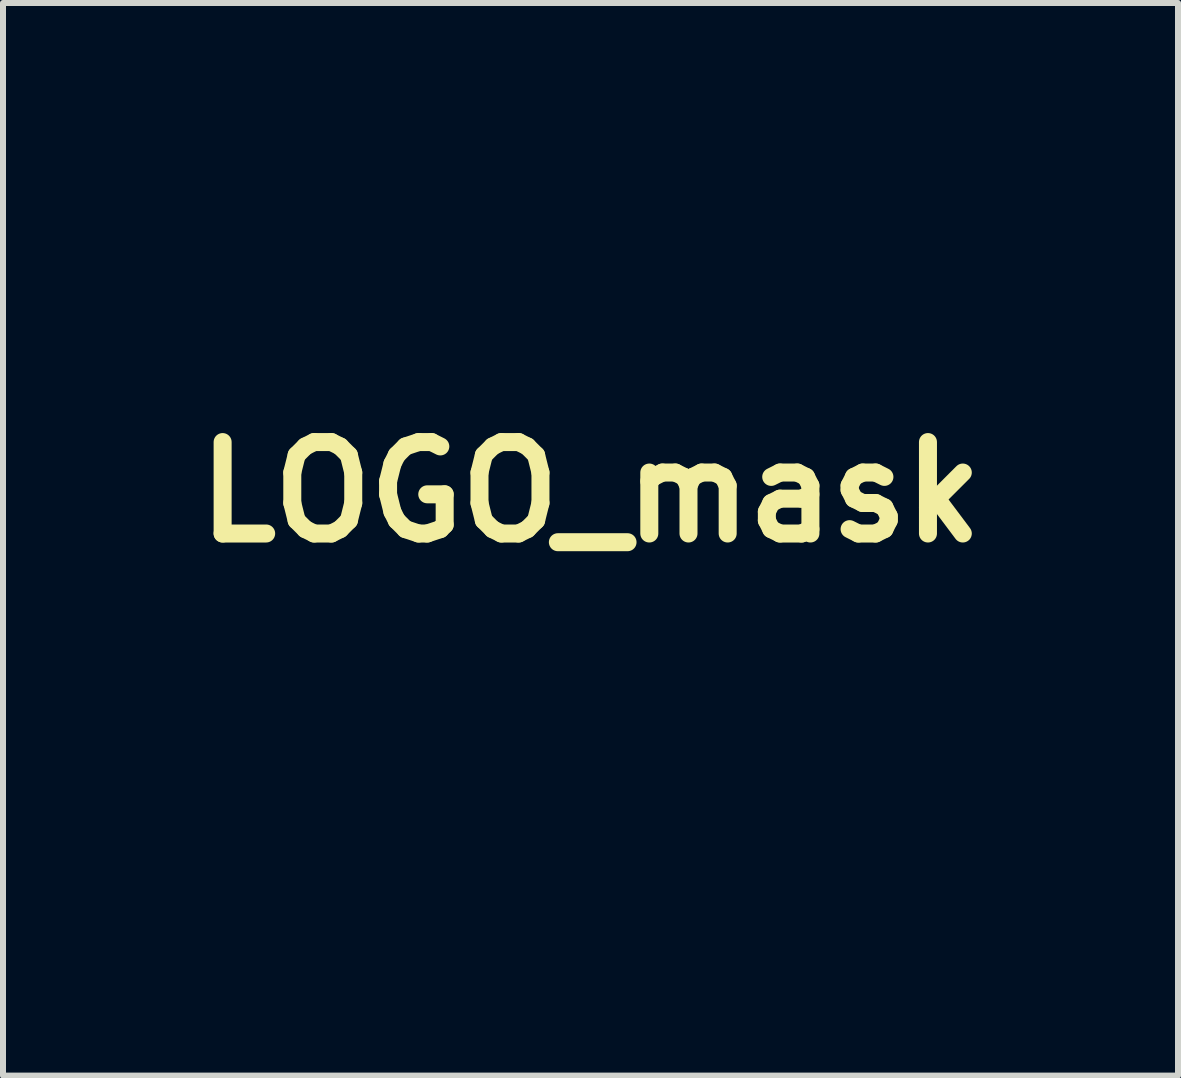
<source format=kicad_pcb>
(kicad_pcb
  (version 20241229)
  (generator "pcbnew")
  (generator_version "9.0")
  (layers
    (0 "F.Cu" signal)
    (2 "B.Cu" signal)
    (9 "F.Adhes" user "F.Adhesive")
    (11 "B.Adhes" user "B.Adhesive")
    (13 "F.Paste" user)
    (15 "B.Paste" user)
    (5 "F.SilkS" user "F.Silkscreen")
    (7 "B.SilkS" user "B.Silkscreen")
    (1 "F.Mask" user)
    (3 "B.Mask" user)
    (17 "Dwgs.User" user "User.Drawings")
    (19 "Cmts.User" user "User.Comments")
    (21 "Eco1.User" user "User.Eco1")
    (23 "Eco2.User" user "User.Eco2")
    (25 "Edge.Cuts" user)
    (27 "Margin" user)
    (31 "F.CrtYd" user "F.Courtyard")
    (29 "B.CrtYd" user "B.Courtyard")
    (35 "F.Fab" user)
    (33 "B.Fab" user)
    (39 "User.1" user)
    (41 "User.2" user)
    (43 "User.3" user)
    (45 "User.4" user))
  (footprint "LOGO_mask"
    (layer "F.Cu")
    (at 6.793 5.153)
    (property "Reference" "LOGO_mask" (at 0 0 0) (layer "F.SilkS") (effects (font (size 1.524 1.524) (thickness 0.3))))
    (attr through_hole)
    (fp_poly (pts (xy -1.448 -0.216) (xy -1.46 -0.203) (xy -1.473 -0.216) (xy -1.46 -0.229) (xy -1.448 -0.216)) (stroke (width 0.01) (type solid)) (fill yes) (layer "F.Mask"))
    (fp_poly (pts (xy -1.346 -0.216) (xy -1.359 -0.203) (xy -1.372 -0.216) (xy -1.359 -0.229) (xy -1.346 -0.216)) (stroke (width 0.01) (type solid)) (fill yes) (layer "F.Mask"))
    (fp_poly (pts (xy -1.016 -4.915) (xy -1.029 -4.902) (xy -1.041 -4.915) (xy -1.029 -4.928) (xy -1.016 -4.915)) (stroke (width 0.01) (type solid)) (fill yes) (layer "F.Mask"))
    (fp_poly (pts (xy -0.965 -5.067) (xy -0.978 -5.055) (xy -0.991 -5.067) (xy -0.978 -5.08) (xy -0.965 -5.067)) (stroke (width 0.01) (type solid)) (fill yes) (layer "F.Mask"))
    (fp_poly (pts (xy -0.838 -5.118) (xy -0.851 -5.105) (xy -0.864 -5.118) (xy -0.851 -5.131) (xy -0.838 -5.118)) (stroke (width 0.01) (type solid)) (fill yes) (layer "F.Mask"))
    (fp_poly (pts (xy -0.076 1.613) (xy -0.089 1.626) (xy -0.102 1.613) (xy -0.089 1.6) (xy -0.076 1.613)) (stroke (width 0.01) (type solid)) (fill yes) (layer "F.Mask"))
    (fp_poly (pts (xy 0.025 0.927) (xy 0.013 0.94) (xy 0 0.927) (xy 0.013 0.914) (xy 0.025 0.927)) (stroke (width 0.01) (type solid)) (fill yes) (layer "F.Mask"))
    (fp_poly (pts (xy 0.178 0.267) (xy 0.165 0.279) (xy 0.152 0.267) (xy 0.165 0.254) (xy 0.178 0.267)) (stroke (width 0.01) (type solid)) (fill yes) (layer "F.Mask"))
    (fp_poly (pts (xy 0.229 0.064) (xy 0.216 0.076) (xy 0.203 0.064) (xy 0.216 0.051) (xy 0.229 0.064)) (stroke (width 0.01) (type solid)) (fill yes) (layer "F.Mask"))
    (fp_poly (pts (xy -2.371 -3.319) (xy -2.368 -3.289) (xy -2.371 -3.285) (xy -2.386 -3.289) (xy -2.388 -3.302) (xy -2.378 -3.323) (xy -2.371 -3.319)) (stroke (width 0.01) (type solid)) (fill yes) (layer "F.Mask"))
    (fp_poly (pts (xy -0.72 0.44) (xy -0.717 0.47) (xy -0.72 0.474) (xy -0.735 0.471) (xy -0.737 0.457) (xy -0.727 0.436) (xy -0.72 0.44)) (stroke (width 0.01) (type solid)) (fill yes) (layer "F.Mask"))
    (fp_poly (pts (xy 0.068 1.101) (xy 0.064 1.116) (xy 0.051 1.118) (xy 0.03 1.108) (xy 0.034 1.101) (xy 0.064 1.098) (xy 0.068 1.101)) (stroke (width 0.01) (type solid)) (fill yes) (layer "F.Mask"))
    (fp_poly (pts (xy 1.124 -0.271) (xy 1.127 -0.262) (xy 1.092 -0.258) (xy 1.056 -0.262) (xy 1.06 -0.271) (xy 1.112 -0.274) (xy 1.124 -0.271)) (stroke (width 0.01) (type solid)) (fill yes) (layer "F.Mask"))
    (fp_poly (pts (xy -1.002 -5.114) (xy -1.006 -5.094) (xy -1.027 -5.058) (xy -1.04 -5.064) (xy -1.041 -5.079) (xy -1.023 -5.113) (xy -1.016 -5.118) (xy -1.002 -5.114)) (stroke (width 0.01) (type solid)) (fill yes) (layer "F.Mask"))
    (fp_poly (pts (xy -0.909 -5.136) (xy -0.89 -5.102) (xy -0.908 -5.092) (xy -0.94 -5.105) (xy -0.962 -5.133) (xy -0.958 -5.147) (xy -0.927 -5.148) (xy -0.909 -5.136)) (stroke (width 0.01) (type solid)) (fill yes) (layer "F.Mask"))
    (fp_poly (pts (xy 0.095 0.199) (xy 0.102 0.229) (xy 0.086 0.27) (xy 0.064 0.279) (xy 0.032 0.258) (xy 0.025 0.229) (xy 0.041 0.187) (xy 0.064 0.178) (xy 0.095 0.199)) (stroke (width 0.01) (type solid)) (fill yes) (layer "F.Mask"))
    (fp_poly (pts (xy 0.33 0.035) (xy 0.312 0.058) (xy 0.305 0.064) (xy 0.281 0.07) (xy 0.279 0.066) (xy 0.297 0.043) (xy 0.305 0.038) (xy 0.329 0.032) (xy 0.33 0.035)) (stroke (width 0.01) (type solid)) (fill yes) (layer "F.Mask"))
    (fp_poly (pts (xy 1.944 1.06) (xy 1.94 1.079) (xy 1.922 1.113) (xy 1.915 1.118) (xy 1.906 1.097) (xy 1.905 1.079) (xy 1.918 1.046) (xy 1.93 1.041) (xy 1.944 1.06)) (stroke (width 0.01) (type solid)) (fill yes) (layer "F.Mask"))
    (fp_poly (pts (xy 1.334 -0.385) (xy 1.335 -0.385) (xy 1.385 -0.369) (xy 1.39 -0.356) (xy 1.354 -0.334) (xy 1.353 -0.334) (xy 1.31 -0.316) (xy 1.296 -0.329) (xy 1.295 -0.342) (xy 1.28 -0.376) (xy 1.266 -0.381) (xy 1.246 -0.388) (xy 1.248 -0.393) (xy 1.278 -0.395) (xy 1.334 -0.385)) (stroke (width 0.01) (type solid)) (fill yes) (layer "F.Mask"))
    (fp_poly (pts (xy 1.295 1.997) (xy 1.288 2.042) (xy 1.244 2.116) (xy 1.162 2.218) (xy 1.083 2.303) (xy 0.994 2.396) (xy 0.933 2.456) (xy 0.893 2.489) (xy 0.869 2.498) (xy 0.853 2.488) (xy 0.84 2.468) (xy 0.83 2.441) (xy 0.833 2.412) (xy 0.854 2.375) (xy 0.899 2.321) (xy 0.973 2.243) (xy 1.019 2.196) (xy 1.104 2.112) (xy 1.178 2.043) (xy 1.234 1.997) (xy 1.262 1.981) (xy 1.295 1.997)) (stroke (width 0.01) (type solid)) (fill yes) (layer "F.Mask"))
    (fp_poly (pts (xy -1.957 2.007) (xy -1.893 2.053) (xy -1.8 2.14) (xy -1.798 2.142) (xy -1.699 2.244) (xy -1.63 2.316) (xy -1.587 2.366) (xy -1.565 2.4) (xy -1.559 2.424) (xy -1.563 2.445) (xy -1.564 2.447) (xy -1.585 2.483) (xy -1.615 2.48) (xy -1.663 2.438) (xy -1.669 2.432) (xy -1.748 2.349) (xy -1.827 2.26) (xy -1.901 2.175) (xy -1.96 2.103) (xy -1.997 2.052) (xy -2.007 2.034) (xy -1.994 2) (xy -1.957 2.007)) (stroke (width 0.01) (type solid)) (fill yes) (layer "F.Mask"))
    (fp_poly (pts (xy 0.138 2.904) (xy 0.189 2.92) (xy 0.242 2.941) (xy 0.276 2.961) (xy 0.279 2.966) (xy 0.271 2.995) (xy 0.246 3.066) (xy 0.207 3.176) (xy 0.155 3.318) (xy 0.093 3.488) (xy 0.021 3.682) (xy -0.058 3.894) (xy -0.112 4.038) (xy -0.249 4.405) (xy -0.177 4.457) (xy -0.125 4.493) (xy -0.048 4.547) (xy 0.047 4.613) (xy 0.149 4.683) (xy 0.249 4.752) (xy 0.337 4.812) (xy 0.403 4.857) (xy 0.437 4.88) (xy 0.438 4.881) (xy 0.44 4.908) (xy 0.42 4.956) (xy 0.387 5.007) (xy 0.353 5.045) (xy 0.333 5.055) (xy 0.307 5.041) (xy 0.246 5.003) (xy 0.157 4.944) (xy 0.046 4.87) (xy -0.08 4.785) (xy -0.098 4.773) (xy -0.252 4.666) (xy -0.366 4.583) (xy -0.441 4.523) (xy -0.48 4.483) (xy -0.486 4.462) (xy -0.486 4.462) (xy -0.47 4.43) (xy -0.44 4.358) (xy -0.398 4.254) (xy -0.349 4.126) (xy -0.295 3.982) (xy -0.293 3.975) (xy -0.186 3.685) (xy -0.094 3.44) (xy -0.02 3.24) (xy 0.039 3.086) (xy 0.08 2.978) (xy 0.104 2.917) (xy 0.111 2.903) (xy 0.138 2.904)) (stroke (width 0.01) (type solid)) (fill yes) (layer "F.Mask"))
    (fp_poly (pts (xy -2.423 -3.258) (xy -2.417 -3.241) (xy -2.387 -3.208) (xy -2.335 -3.2) (xy -2.282 -3.194) (xy -2.263 -3.164) (xy -2.261 -3.124) (xy -2.249 -3.064) (xy -2.223 -3.048) (xy -2.201 -3.037) (xy -2.189 -2.998) (xy -2.185 -2.92) (xy -2.184 -2.883) (xy -2.183 -2.794) (xy -2.176 -2.744) (xy -2.16 -2.722) (xy -2.134 -2.718) (xy -2.108 -2.713) (xy -2.092 -2.693) (xy -2.085 -2.646) (xy -2.083 -2.562) (xy -2.083 -2.527) (xy -2.083 -2.337) (xy -2.21 -2.337) (xy -2.285 -2.335) (xy -2.323 -2.324) (xy -2.336 -2.299) (xy -2.337 -2.273) (xy -2.324 -2.222) (xy -2.299 -2.21) (xy -2.272 -2.193) (xy -2.261 -2.137) (xy -2.261 -2.11) (xy -2.266 -2.035) (xy -2.285 -2) (xy -2.326 -1.997) (xy -2.339 -1.999) (xy -2.371 -2.032) (xy -2.379 -2.089) (xy -2.388 -2.147) (xy -2.408 -2.178) (xy -2.409 -2.179) (xy -2.436 -2.209) (xy -2.438 -2.222) (xy -2.46 -2.254) (xy -2.489 -2.268) (xy -2.531 -2.301) (xy -2.54 -2.347) (xy -2.553 -2.4) (xy -2.578 -2.413) (xy -2.607 -2.433) (xy -2.616 -2.496) (xy -2.616 -2.499) (xy -2.625 -2.564) (xy -2.656 -2.595) (xy -2.667 -2.598) (xy -2.692 -2.609) (xy -2.707 -2.634) (xy -2.715 -2.683) (xy -2.718 -2.767) (xy -2.718 -2.83) (xy -2.717 -2.935) (xy -2.714 -2.999) (xy -2.704 -3.033) (xy -2.685 -3.046) (xy -2.655 -3.048) (xy -2.654 -3.048) (xy -2.618 -3.044) (xy -2.599 -3.025) (xy -2.592 -2.978) (xy -2.591 -2.909) (xy -2.589 -2.829) (xy -2.58 -2.791) (xy -2.561 -2.783) (xy -2.551 -2.786) (xy -2.528 -2.805) (xy -2.518 -2.848) (xy -2.517 -2.926) (xy -2.519 -2.963) (xy -2.521 -3.052) (xy -2.516 -3.1) (xy -2.501 -3.114) (xy -2.493 -3.112) (xy -2.447 -3.109) (xy -2.435 -3.114) (xy -2.426 -3.14) (xy -2.446 -3.17) (xy -2.48 -3.187) (xy -2.498 -3.183) (xy -2.504 -3.187) (xy -2.481 -3.219) (xy -2.477 -3.224) (xy -2.44 -3.26) (xy -2.423 -3.258)) (stroke (width 0.01) (type solid)) (fill yes) (layer "F.Mask"))
    (fp_poly (pts (xy -2.423 -1.018) (xy -2.416 -0.958) (xy -2.415 -0.883) (xy -2.418 -0.805) (xy -2.425 -0.766) (xy -2.435 -0.771) (xy -2.45 -0.798) (xy -2.467 -0.786) (xy -2.484 -0.751) (xy -2.509 -0.692) (xy -2.51 -0.667) (xy -2.487 -0.661) (xy -2.479 -0.66) (xy -2.438 -0.68) (xy -2.43 -0.692) (xy -2.42 -0.692) (xy -2.412 -0.651) (xy -2.411 -0.635) (xy -2.408 -0.533) (xy -2.417 -0.468) (xy -2.441 -0.428) (xy -2.448 -0.422) (xy -2.476 -0.383) (xy -2.51 -0.314) (xy -2.529 -0.267) (xy -2.572 -0.162) (xy -2.615 -0.091) (xy -2.652 -0.057) (xy -2.679 -0.064) (xy -2.693 -0.114) (xy -2.694 -0.133) (xy -2.699 -0.178) (xy -2.707 -0.183) (xy -2.709 -0.178) (xy -2.73 -0.118) (xy -2.736 -0.102) (xy -2.75 -0.042) (xy -2.752 0.01) (xy -2.744 0.045) (xy -2.729 0.05) (xy -2.709 0.019) (xy -2.692 0.003) (xy -2.669 0.025) (xy -2.656 0.069) (xy -2.647 0.146) (xy -2.643 0.245) (xy -2.642 0.352) (xy -2.646 0.453) (xy -2.653 0.537) (xy -2.665 0.59) (xy -2.672 0.6) (xy -2.704 0.6) (xy -2.712 0.589) (xy -2.734 0.561) (xy -2.74 0.559) (xy -2.753 0.58) (xy -2.752 0.634) (xy -2.741 0.701) (xy -2.722 0.762) (xy -2.696 0.826) (xy -2.694 0.754) (xy -2.684 0.701) (xy -2.654 0.69) (xy -2.651 0.69) (xy -2.622 0.701) (xy -2.598 0.726) (xy -2.572 0.776) (xy -2.538 0.862) (xy -2.528 0.889) (xy -2.488 0.986) (xy -2.443 1.085) (xy -2.433 1.107) (xy -2.402 1.179) (xy -2.397 1.228) (xy -2.411 1.265) (xy -2.441 1.308) (xy -2.462 1.321) (xy -2.476 1.339) (xy -2.467 1.381) (xy -2.444 1.427) (xy -2.423 1.45) (xy -2.395 1.465) (xy -2.388 1.438) (xy -2.373 1.401) (xy -2.336 1.399) (xy -2.286 1.429) (xy -2.234 1.487) (xy -2.226 1.498) (xy -2.187 1.56) (xy -2.163 1.602) (xy -2.159 1.611) (xy -2.146 1.638) (xy -2.114 1.693) (xy -2.083 1.744) (xy -2.04 1.819) (xy -2.013 1.884) (xy -2.007 1.912) (xy -2.021 1.948) (xy -2.057 1.948) (xy -2.105 1.915) (xy -2.145 1.866) (xy -2.194 1.812) (xy -2.25 1.793) (xy -2.28 1.793) (xy -2.336 1.79) (xy -2.362 1.777) (xy -2.362 1.775) (xy -2.34 1.759) (xy -2.287 1.753) (xy -2.286 1.753) (xy -2.233 1.749) (xy -2.216 1.731) (xy -2.234 1.693) (xy -2.288 1.627) (xy -2.289 1.626) (xy -2.332 1.579) (xy -2.358 1.559) (xy -2.361 1.562) (xy -2.36 1.624) (xy -2.389 1.647) (xy -2.426 1.645) (xy -2.474 1.644) (xy -2.486 1.67) (xy -2.463 1.725) (xy -2.413 1.799) (xy -2.369 1.863) (xy -2.342 1.91) (xy -2.337 1.925) (xy -2.319 1.954) (xy -2.284 1.989) (xy -2.245 2.041) (xy -2.253 2.081) (xy -2.307 2.104) (xy -2.307 2.104) (xy -2.361 2.092) (xy -2.38 2.066) (xy -2.402 2.021) (xy -2.413 2.007) (xy -2.444 1.972) (xy -2.488 1.908) (xy -2.538 1.829) (xy -2.586 1.748) (xy -2.623 1.679) (xy -2.641 1.635) (xy -2.641 1.63) (xy -2.636 1.587) (xy -2.515 1.587) (xy -2.502 1.6) (xy -2.489 1.587) (xy -2.502 1.575) (xy -2.515 1.587) (xy -2.636 1.587) (xy -2.63 1.548) (xy -2.613 1.511) (xy -2.54 1.511) (xy -2.527 1.524) (xy -2.515 1.511) (xy -2.527 1.499) (xy -2.54 1.511) (xy -2.613 1.511) (xy -2.604 1.492) (xy -2.571 1.473) (xy -2.548 1.468) (xy -2.56 1.444) (xy -2.577 1.424) (xy -2.631 1.388) (xy -2.696 1.389) (xy -2.768 1.385) (xy -2.819 1.338) (xy -2.83 1.308) (xy -2.667 1.308) (xy -2.654 1.321) (xy -2.642 1.308) (xy -2.654 1.295) (xy -2.667 1.308) (xy -2.83 1.308) (xy -2.853 1.245) (xy -2.857 1.226) (xy -2.88 1.164) (xy -2.912 1.143) (xy -2.94 1.127) (xy -2.939 1.111) (xy -2.941 1.069) (xy -2.959 1.003) (xy -2.966 0.983) (xy -2.989 0.905) (xy -2.984 0.845) (xy -2.976 0.824) (xy -2.939 0.77) (xy -2.904 0.766) (xy -2.872 0.81) (xy -2.845 0.901) (xy -2.845 0.902) (xy -2.819 0.994) (xy -2.791 1.037) (xy -2.777 1.041) (xy -2.752 1.054) (xy -2.752 1.1) (xy -2.755 1.114) (xy -2.755 1.185) (xy -2.732 1.218) (xy -2.701 1.237) (xy -2.692 1.216) (xy -2.692 1.21) (xy -2.681 1.174) (xy -2.67 1.168) (xy -2.649 1.146) (xy -2.647 1.138) (xy -2.616 1.138) (xy -2.602 1.168) (xy -2.574 1.2) (xy -2.549 1.211) (xy -2.547 1.21) (xy -2.548 1.182) (xy -2.555 1.159) (xy -2.579 1.126) (xy -2.606 1.118) (xy -2.616 1.138) (xy -2.647 1.138) (xy -2.636 1.091) (xy -2.632 1.021) (xy -2.638 0.954) (xy -2.648 0.923) (xy -2.67 0.88) (xy -2.683 0.881) (xy -2.697 0.912) (xy -2.732 0.955) (xy -2.765 0.965) (xy -2.799 0.952) (xy -2.823 0.904) (xy -2.833 0.857) (xy -2.847 0.781) (xy -2.855 0.722) (xy -2.856 0.711) (xy -2.878 0.644) (xy -2.937 0.613) (xy -2.971 0.61) (xy -3.024 0.601) (xy -3.051 0.566) (xy -3.062 0.527) (xy -3.071 0.463) (xy -3.076 0.371) (xy -3.077 0.299) (xy -2.96 0.299) (xy -2.954 0.377) (xy -2.941 0.456) (xy -2.925 0.521) (xy -2.908 0.556) (xy -2.902 0.559) (xy -2.898 0.538) (xy -2.903 0.508) (xy -2.897 0.458) (xy -2.862 0.426) (xy -2.817 0.425) (xy -2.798 0.438) (xy -2.782 0.442) (xy -2.773 0.409) (xy -2.771 0.333) (xy -2.772 0.304) (xy -2.775 0.228) (xy -2.78 0.185) (xy -2.786 0.183) (xy -2.786 0.184) (xy -2.81 0.224) (xy -2.849 0.216) (xy -2.879 0.191) (xy -2.916 0.159) (xy -2.937 0.164) (xy -2.952 0.211) (xy -2.957 0.24) (xy -2.96 0.299) (xy -3.077 0.299) (xy -3.077 0.268) (xy -3.076 0.167) (xy -3.071 0.083) (xy -3.063 0.032) (xy -3.06 0.024) (xy -3.026 0.006) (xy -2.983 0) (xy -2.937 0.01) (xy -2.921 0.05) (xy -2.919 0.07) (xy -2.918 0.14) (xy -2.892 0.076) (xy -2.874 0.016) (xy -2.854 -0.072) (xy -2.842 -0.14) (xy -2.828 -0.226) (xy -2.815 -0.293) (xy -2.808 -0.322) (xy -2.78 -0.344) (xy -2.739 -0.335) (xy -2.703 -0.305) (xy -2.691 -0.27) (xy -2.681 -0.258) (xy -2.658 -0.288) (xy -2.625 -0.352) (xy -2.584 -0.444) (xy -2.55 -0.532) (xy -2.528 -0.601) (xy -2.528 -0.626) (xy -2.551 -0.607) (xy -2.576 -0.571) (xy -2.611 -0.527) (xy -2.64 -0.524) (xy -2.658 -0.536) (xy -2.684 -0.584) (xy -2.684 -0.614) (xy -2.677 -0.654) (xy -2.69 -0.65) (xy -2.724 -0.603) (xy -2.739 -0.578) (xy -2.772 -0.509) (xy -2.807 -0.414) (xy -2.833 -0.324) (xy -2.864 -0.221) (xy -2.895 -0.166) (xy -2.929 -0.156) (xy -2.97 -0.188) (xy -2.973 -0.192) (xy -2.987 -0.233) (xy -2.978 -0.302) (xy -2.947 -0.404) (xy -2.892 -0.542) (xy -2.848 -0.64) (xy -2.818 -0.699) (xy -2.667 -0.699) (xy -2.654 -0.686) (xy -2.642 -0.699) (xy -2.654 -0.711) (xy -2.667 -0.699) (xy -2.818 -0.699) (xy -2.804 -0.726) (xy -2.767 -0.771) (xy -2.729 -0.786) (xy -2.726 -0.786) (xy -2.674 -0.777) (xy -2.654 -0.762) (xy -2.63 -0.739) (xy -2.602 -0.752) (xy -2.567 -0.805) (xy -2.525 -0.889) (xy -2.487 -0.966) (xy -2.454 -1.021) (xy -2.434 -1.041) (xy -2.423 -1.018)) (stroke (width 0.01) (type solid)) (fill yes) (layer "F.Mask"))
    (fp_poly (pts (xy -0.688 -5.079) (xy -0.622 -5.065) (xy -0.573 -5.046) (xy -0.559 -5.029) (xy -0.536 -5.016) (xy -0.478 -5.001) (xy -0.432 -4.994) (xy -0.352 -4.977) (xy -0.314 -4.956) (xy -0.311 -4.946) (xy -0.293 -4.923) (xy -0.232 -4.915) (xy -0.229 -4.915) (xy -0.168 -4.922) (xy -0.14 -4.942) (xy -0.14 -4.945) (xy -0.134 -4.974) (xy -0.109 -4.99) (xy -0.058 -4.992) (xy 0.03 -4.981) (xy 0.091 -4.971) (xy 0.197 -4.951) (xy 0.263 -4.931) (xy 0.3 -4.908) (xy 0.317 -4.882) (xy 0.364 -4.834) (xy 0.441 -4.809) (xy 0.531 -4.811) (xy 0.585 -4.827) (xy 0.642 -4.844) (xy 0.677 -4.844) (xy 0.678 -4.843) (xy 0.669 -4.823) (xy 0.632 -4.803) (xy 0.594 -4.786) (xy 0.599 -4.779) (xy 0.651 -4.777) (xy 0.717 -4.787) (xy 0.746 -4.813) (xy 0.762 -4.813) (xy 0.775 -4.801) (xy 0.787 -4.813) (xy 0.775 -4.826) (xy 0.762 -4.813) (xy 0.746 -4.813) (xy 0.746 -4.813) (xy 0.78 -4.843) (xy 0.818 -4.849) (xy 0.851 -4.844) (xy 0.845 -4.835) (xy 0.815 -4.807) (xy 0.831 -4.776) (xy 0.852 -4.766) (xy 0.879 -4.763) (xy 0.878 -4.772) (xy 0.891 -4.773) (xy 0.938 -4.754) (xy 1.01 -4.721) (xy 1.095 -4.679) (xy 1.185 -4.632) (xy 1.268 -4.587) (xy 1.335 -4.547) (xy 1.372 -4.522) (xy 1.435 -4.472) (xy 1.365 -4.471) (xy 1.31 -4.458) (xy 1.295 -4.432) (xy 1.317 -4.401) (xy 1.346 -4.394) (xy 1.383 -4.382) (xy 1.396 -4.338) (xy 1.397 -4.318) (xy 1.405 -4.263) (xy 1.434 -4.243) (xy 1.451 -4.242) (xy 1.489 -4.231) (xy 1.489 -4.201) (xy 1.494 -4.163) (xy 1.524 -4.148) (xy 1.546 -4.138) (xy 1.56 -4.119) (xy 1.569 -4.079) (xy 1.573 -4.011) (xy 1.575 -3.906) (xy 1.575 -3.832) (xy 1.576 -3.702) (xy 1.579 -3.614) (xy 1.587 -3.561) (xy 1.598 -3.536) (xy 1.613 -3.531) (xy 1.632 -3.523) (xy 1.641 -3.492) (xy 1.643 -3.43) (xy 1.639 -3.327) (xy 1.634 -3.227) (xy 1.634 -3.166) (xy 1.643 -3.136) (xy 1.661 -3.125) (xy 1.68 -3.124) (xy 1.718 -3.135) (xy 1.717 -3.164) (xy 1.717 -3.193) (xy 1.756 -3.196) (xy 1.759 -3.196) (xy 1.787 -3.188) (xy 1.805 -3.168) (xy 1.815 -3.124) (xy 1.821 -3.046) (xy 1.824 -2.978) (xy 1.828 -2.875) (xy 1.826 -2.813) (xy 1.817 -2.781) (xy 1.799 -2.77) (xy 1.78 -2.769) (xy 1.738 -2.758) (xy 1.727 -2.743) (xy 1.744 -2.719) (xy 1.749 -2.718) (xy 1.757 -2.696) (xy 1.75 -2.642) (xy 1.744 -2.616) (xy 1.715 -2.543) (xy 1.678 -2.515) (xy 1.671 -2.515) (xy 1.636 -2.501) (xy 1.632 -2.484) (xy 1.617 -2.454) (xy 1.595 -2.445) (xy 1.57 -2.445) (xy 1.56 -2.469) (xy 1.563 -2.526) (xy 1.567 -2.564) (xy 1.572 -2.645) (xy 1.561 -2.686) (xy 1.53 -2.693) (xy 1.505 -2.686) (xy 1.494 -2.679) (xy 1.486 -2.661) (xy 1.482 -2.62) (xy 1.479 -2.547) (xy 1.477 -2.483) (xy 1.471 -2.396) (xy 1.458 -2.35) (xy 1.435 -2.337) (xy 1.435 -2.337) (xy 1.414 -2.326) (xy 1.402 -2.286) (xy 1.397 -2.209) (xy 1.397 -2.172) (xy 1.396 -2.083) (xy 1.389 -2.033) (xy 1.373 -2.011) (xy 1.344 -2.007) (xy 1.344 -2.007) (xy 1.316 -2.003) (xy 1.301 -1.984) (xy 1.296 -1.939) (xy 1.299 -1.857) (xy 1.3 -1.832) (xy 1.302 -1.737) (xy 1.297 -1.684) (xy 1.283 -1.668) (xy 1.276 -1.67) (xy 1.256 -1.661) (xy 1.246 -1.61) (xy 1.245 -1.562) (xy 1.241 -1.486) (xy 1.225 -1.447) (xy 1.194 -1.43) (xy 1.157 -1.405) (xy 1.143 -1.349) (xy 1.143 -1.331) (xy 1.137 -1.271) (xy 1.114 -1.247) (xy 1.089 -1.245) (xy 1.051 -1.233) (xy 1.051 -1.206) (xy 1.055 -1.149) (xy 1.032 -1.105) (xy 1.001 -1.092) (xy 0.974 -1.069) (xy 0.965 -1.003) (xy 0.973 -0.938) (xy 1 -0.915) (xy 1.003 -0.914) (xy 1.032 -0.934) (xy 1.041 -0.997) (xy 1.041 -1) (xy 1.05 -1.066) (xy 1.081 -1.096) (xy 1.092 -1.1) (xy 1.134 -1.133) (xy 1.143 -1.179) (xy 1.154 -1.23) (xy 1.193 -1.245) (xy 1.194 -1.245) (xy 1.215 -1.242) (xy 1.23 -1.229) (xy 1.239 -1.201) (xy 1.244 -1.15) (xy 1.244 -1.07) (xy 1.24 -0.955) (xy 1.232 -0.798) (xy 1.228 -0.715) (xy 1.22 -0.583) (xy 1.211 -0.493) (xy 1.201 -0.438) (xy 1.188 -0.411) (xy 1.171 -0.404) (xy 1.161 -0.397) (xy 1.194 -0.384) (xy 1.248 -0.362) (xy 1.253 -0.342) (xy 1.211 -0.324) (xy 1.125 -0.31) (xy 1.054 -0.304) (xy 0.962 -0.297) (xy 0.911 -0.288) (xy 0.906 -0.279) (xy 0.914 -0.276) (xy 0.978 -0.261) (xy 0.912 -0.257) (xy 0.783 -0.234) (xy 0.639 -0.183) (xy 0.5 -0.11) (xy 0.468 -0.089) (xy 0.386 -0.038) (xy 0.308 -0.002) (xy 0.263 0.011) (xy 0.209 0.019) (xy 0.184 0.026) (xy 0.157 0.034) (xy 0.146 0.036) (xy 0.121 0.06) (xy 0.118 0.083) (xy 0.101 0.12) (xy 0.073 0.127) (xy 0.033 0.108) (xy 0.025 0.076) (xy 0.023 0.056) (xy 0.01 0.042) (xy -0.021 0.034) (xy -0.078 0.03) (xy -0.169 0.029) (xy -0.302 0.031) (xy -0.324 0.031) (xy -0.673 0.036) (xy -0.339 0.044) (xy -0.204 0.048) (xy -0.111 0.052) (xy -0.052 0.059) (xy -0.018 0.069) (xy -0.002 0.085) (xy 0.005 0.108) (xy 0.006 0.111) (xy 0.006 0.183) (xy -0.003 0.225) (xy -0.011 0.267) (xy -0.001 0.279) (xy 0.01 0.303) (xy 0.018 0.365) (xy 0.022 0.455) (xy 0.023 0.489) (xy 0.026 0.593) (xy 0.035 0.668) (xy 0.047 0.705) (xy 0.05 0.707) (xy 0.072 0.736) (xy 0.076 0.766) (xy 0.063 0.804) (xy 0.019 0.808) (xy -0.009 0.807) (xy -0.027 0.82) (xy -0.037 0.856) (xy -0.042 0.927) (xy -0.045 1.01) (xy -0.046 1.122) (xy -0.04 1.194) (xy -0.027 1.219) (xy -0.026 1.219) (xy -0.003 1.199) (xy 0 1.181) (xy 0.02 1.147) (xy 0.038 1.143) (xy 0.07 1.16) (xy 0.072 1.195) (xy 0.044 1.226) (xy 0.038 1.228) (xy 0.004 1.262) (xy 0 1.282) (xy -0.022 1.313) (xy -0.064 1.321) (xy -0.103 1.326) (xy -0.121 1.349) (xy -0.127 1.405) (xy -0.127 1.434) (xy -0.133 1.514) (xy -0.156 1.559) (xy -0.176 1.574) (xy -0.216 1.617) (xy -0.233 1.67) (xy -0.248 1.72) (xy -0.287 1.743) (xy -0.324 1.748) (xy -0.379 1.749) (xy -0.402 1.73) (xy -0.406 1.675) (xy -0.406 1.667) (xy -0.401 1.606) (xy -0.377 1.578) (xy -0.324 1.567) (xy -0.289 1.56) (xy -0.303 1.558) (xy -0.356 1.558) (xy -0.47 1.561) (xy -0.478 1.441) (xy -0.486 1.366) (xy -0.503 1.33) (xy -0.532 1.321) (xy -0.575 1.304) (xy -0.599 1.266) (xy -0.594 1.229) (xy -0.374 1.229) (xy -0.367 1.241) (xy -0.341 1.243) (xy -0.314 1.236) (xy -0.325 1.227) (xy -0.365 1.224) (xy -0.374 1.229) (xy -0.594 1.229) (xy -0.594 1.228) (xy -0.584 1.219) (xy -0.57 1.184) (xy -0.563 1.107) (xy -0.564 1.001) (xy -0.572 0.8) (xy -0.654 0.792) (xy -0.706 0.776) (xy -0.736 0.749) (xy -0.737 0.724) (xy -0.701 0.711) (xy -0.699 0.711) (xy -0.679 0.702) (xy -0.676 0.692) (xy -0.551 0.692) (xy -0.533 0.7) (xy -0.527 0.702) (xy -0.49 0.738) (xy -0.481 0.796) (xy -0.479 0.865) (xy -0.478 0.961) (xy -0.476 1.041) (xy -0.474 1.206) (xy -0.465 1.054) (xy -0.144 1.054) (xy -0.143 1.126) (xy -0.14 1.159) (xy -0.135 1.147) (xy -0.134 1.136) (xy -0.13 1.046) (xy -0.134 0.961) (xy -0.134 0.958) (xy -0.139 0.941) (xy -0.142 0.968) (xy -0.144 1.034) (xy -0.144 1.054) (xy -0.465 1.054) (xy -0.464 1.048) (xy -0.456 0.965) (xy -0.444 0.908) (xy -0.431 0.889) (xy -0.418 0.87) (xy -0.422 0.852) (xy -0.42 0.83) (xy -0.386 0.817) (xy -0.312 0.809) (xy -0.288 0.808) (xy -0.203 0.801) (xy -0.157 0.789) (xy -0.138 0.766) (xy -0.135 0.749) (xy -0.134 0.721) (xy -0.143 0.741) (xy -0.165 0.767) (xy -0.218 0.783) (xy -0.305 0.792) (xy -0.39 0.795) (xy -0.436 0.789) (xy -0.457 0.771) (xy -0.463 0.75) (xy -0.491 0.705) (xy -0.508 0.699) (xy -0.076 0.699) (xy -0.064 0.711) (xy -0.051 0.699) (xy -0.064 0.686) (xy -0.076 0.699) (xy -0.508 0.699) (xy -0.521 0.694) (xy -0.551 0.692) (xy -0.676 0.692) (xy -0.667 0.667) (xy -0.662 0.597) (xy -0.66 0.51) (xy -0.659 0.411) (xy -0.657 0.329) (xy -0.653 0.28) (xy -0.652 0.275) (xy -0.65 0.255) (xy -0.654 0.26) (xy -0.686 0.278) (xy -0.697 0.279) (xy -0.721 0.255) (xy -0.739 0.19) (xy -0.743 0.16) (xy -0.747 0.14) (xy -0.66 0.14) (xy -0.648 0.152) (xy -0.635 0.14) (xy -0.648 0.127) (xy -0.66 0.14) (xy -0.747 0.14) (xy -0.752 0.114) (xy -0.584 0.114) (xy -0.572 0.127) (xy -0.559 0.114) (xy -0.051 0.114) (xy -0.038 0.127) (xy -0.025 0.114) (xy -0.038 0.102) (xy -0.051 0.114) (xy -0.559 0.114) (xy -0.572 0.102) (xy -0.584 0.114) (xy -0.752 0.114) (xy -0.757 0.089) (xy -0.66 0.089) (xy -0.648 0.102) (xy -0.635 0.089) (xy -0.648 0.076) (xy -0.66 0.089) (xy -0.757 0.089) (xy -0.757 0.087) (xy -0.775 0.04) (xy -0.785 0.03) (xy -0.81 0.001) (xy -0.812 -0.013) (xy -0.584 -0.013) (xy -0.572 0) (xy -0.559 -0.013) (xy -0.572 -0.025) (xy -0.584 -0.013) (xy -0.812 -0.013) (xy -0.813 -0.015) (xy -0.834 -0.043) (xy -0.87 -0.051) (xy -0.935 -0.062) (xy -0.937 -0.064) (xy -0.686 -0.064) (xy -0.673 -0.051) (xy -0.66 -0.064) (xy -0.673 -0.076) (xy -0.686 -0.064) (xy -0.937 -0.064) (xy -0.977 -0.088) (xy -0.977 -0.089) (xy -0.762 -0.089) (xy -0.749 -0.076) (xy -0.737 -0.089) (xy -0.749 -0.102) (xy -0.762 -0.089) (xy -0.977 -0.089) (xy -0.982 -0.12) (xy -0.981 -0.122) (xy -0.996 -0.138) (xy -1.055 -0.153) (xy -1.143 -0.165) (xy -1.231 -0.177) (xy -1.294 -0.191) (xy -1.321 -0.204) (xy -1.321 -0.205) (xy -1.298 -0.217) (xy -1.237 -0.228) (xy -1.151 -0.236) (xy -1.149 -0.236) (xy -1.12 -0.238) (xy -0.951 -0.238) (xy -0.942 -0.232) (xy -0.92 -0.191) (xy -0.923 -0.166) (xy -0.926 -0.138) (xy -0.915 -0.14) (xy -0.762 -0.14) (xy -0.749 -0.127) (xy -0.737 -0.14) (xy -0.749 -0.152) (xy -0.762 -0.14) (xy -0.915 -0.14) (xy -0.914 -0.14) (xy -0.891 -0.176) (xy -0.889 -0.192) (xy -0.871 -0.223) (xy -0.836 -0.226) (xy -0.807 -0.2) (xy -0.806 -0.197) (xy -0.798 -0.187) (xy -0.798 -0.203) (xy -0.824 -0.234) (xy -0.889 -0.248) (xy -0.944 -0.249) (xy -0.951 -0.238) (xy -1.12 -0.238) (xy -1.105 -0.24) (xy -1.11 -0.243) (xy -1.159 -0.245) (xy -1.25 -0.247) (xy -1.283 -0.247) (xy -1.413 -0.249) (xy -1.5 -0.252) (xy -1.553 -0.259) (xy -1.578 -0.271) (xy -1.584 -0.287) (xy -1.584 -0.289) (xy -1.585 -0.292) (xy -1.397 -0.292) (xy -1.384 -0.279) (xy -1.372 -0.292) (xy -1.346 -0.292) (xy -1.333 -0.279) (xy -1.321 -0.292) (xy -0.914 -0.292) (xy -0.902 -0.279) (xy -0.889 -0.292) (xy -0.902 -0.305) (xy -0.914 -0.292) (xy -1.321 -0.292) (xy -1.333 -0.305) (xy -1.346 -0.292) (xy -1.372 -0.292) (xy -1.384 -0.305) (xy -1.397 -0.292) (xy -1.585 -0.292) (xy -1.592 -0.317) (xy -1.603 -0.316) (xy -1.64 -0.314) (xy -1.658 -0.319) (xy -0.999 -0.319) (xy -0.998 -0.293) (xy -0.977 -0.296) (xy -0.944 -0.321) (xy -0.94 -0.333) (xy -0.954 -0.355) (xy -0.982 -0.345) (xy -0.999 -0.319) (xy -1.658 -0.319) (xy -1.702 -0.329) (xy -1.719 -0.335) (xy -1.777 -0.356) (xy -1.092 -0.356) (xy -1.083 -0.335) (xy -1.075 -0.339) (xy -1.072 -0.369) (xy -1.075 -0.373) (xy -1.09 -0.369) (xy -1.092 -0.356) (xy -1.777 -0.356) (xy -1.813 -0.368) (xy -1.7 -0.384) (xy -1.587 -0.399) (xy -1.693 -0.403) (xy -1.798 -0.406) (xy -1.815 -0.527) (xy -1.821 -0.589) (xy -1.827 -0.692) (xy -1.833 -0.826) (xy -1.839 -0.982) (xy -1.844 -1.15) (xy -1.845 -1.194) (xy -1.85 -1.381) (xy -1.856 -1.524) (xy -1.862 -1.627) (xy -1.87 -1.697) (xy -1.88 -1.739) (xy -1.892 -1.759) (xy -1.894 -1.76) (xy -1.914 -1.788) (xy -1.917 -1.8) (xy -1.829 -1.8) (xy -1.808 -1.781) (xy -1.791 -1.778) (xy -1.769 -1.767) (xy -1.757 -1.727) (xy -1.753 -1.649) (xy -1.753 -1.615) (xy -1.747 -1.509) (xy -1.732 -1.452) (xy -1.721 -1.441) (xy -1.705 -1.459) (xy -1.692 -1.513) (xy -1.683 -1.589) (xy -1.678 -1.674) (xy -1.679 -1.752) (xy -1.686 -1.811) (xy -1.695 -1.832) (xy -1.731 -1.842) (xy -1.782 -1.835) (xy -1.821 -1.815) (xy -1.829 -1.8) (xy -1.917 -1.8) (xy -1.926 -1.848) (xy -1.93 -1.948) (xy -1.93 -1.982) (xy -1.931 -2.083) (xy -1.936 -2.144) (xy -1.948 -2.174) (xy -1.968 -2.184) (xy -1.981 -2.184) (xy -2.012 -2.191) (xy -2.027 -2.219) (xy -2.032 -2.282) (xy -2.032 -2.311) (xy -2.029 -2.388) (xy -2.018 -2.426) (xy -1.993 -2.438) (xy -1.981 -2.438) (xy -1.96 -2.441) (xy -1.945 -2.456) (xy -1.937 -2.491) (xy -1.932 -2.554) (xy -1.931 -2.653) (xy -1.93 -2.743) (xy -1.931 -2.874) (xy -1.935 -2.962) (xy -1.941 -3.015) (xy -1.953 -3.041) (xy -1.969 -3.048) (xy -1.97 -3.048) (xy -2.028 -3.069) (xy -2.072 -3.12) (xy -2.083 -3.16) (xy -2.104 -3.193) (xy -2.134 -3.2) (xy -2.175 -3.215) (xy -2.184 -3.237) (xy -2.205 -3.272) (xy -2.227 -3.281) (xy -2.255 -3.3) (xy -2.271 -3.352) (xy -2.276 -3.416) (xy -2.281 -3.506) (xy -2.289 -3.622) (xy -2.299 -3.74) (xy -2.3 -3.749) (xy -2.308 -3.852) (xy -2.308 -3.922) (xy -2.296 -3.975) (xy -2.269 -4.029) (xy -2.23 -4.092) (xy -2.164 -4.188) (xy -2.084 -4.294) (xy -2.023 -4.367) (xy -1.965 -4.437) (xy -1.923 -4.492) (xy -1.905 -4.52) (xy -1.905 -4.521) (xy -1.885 -4.542) (xy -1.836 -4.575) (xy -1.822 -4.584) (xy -1.752 -4.629) (xy -1.67 -4.689) (xy -1.637 -4.715) (xy 0.737 -4.715) (xy 0.756 -4.679) (xy 0.775 -4.674) (xy 0.809 -4.679) (xy 0.813 -4.683) (xy 0.796 -4.705) (xy 0.775 -4.724) (xy 0.745 -4.742) (xy 0.737 -4.719) (xy 0.737 -4.715) (xy -1.637 -4.715) (xy -1.636 -4.716) (xy -1.556 -4.771) (xy -1.483 -4.796) (xy -1.419 -4.801) (xy -1.317 -4.814) (xy -1.216 -4.847) (xy -1.206 -4.852) (xy -1.105 -4.903) (xy -1.088 -4.846) (xy -1.076 -4.811) (xy -1.075 -4.813) (xy -1.041 -4.813) (xy -1.029 -4.801) (xy -1.016 -4.813) (xy -1.029 -4.826) (xy -1.041 -4.813) (xy -1.075 -4.813) (xy -1.07 -4.825) (xy -1.069 -4.834) (xy -1.056 -4.865) (xy -1.039 -4.862) (xy -1.003 -4.864) (xy -0.99 -4.878) (xy -0.952 -4.899) (xy -0.885 -4.908) (xy -0.872 -4.908) (xy -0.812 -4.907) (xy -0.796 -4.915) (xy -0.816 -4.936) (xy -0.821 -4.939) (xy -0.849 -4.973) (xy -0.839 -4.99) (xy -0.823 -5.02) (xy -0.826 -5.029) (xy -0.819 -5.058) (xy -0.797 -5.075) (xy -0.753 -5.083) (xy -0.688 -5.079)) (stroke (width 0.01) (type solid)) (fill yes) (layer "F.Mask"))
    (fp_poly (pts (xy 1.81 -0.841) (xy 1.851 -0.784) (xy 1.891 -0.708) (xy 1.937 -0.608) (xy 1.954 -0.545) (xy 1.94 -0.512) (xy 1.894 -0.503) (xy 1.86 -0.506) (xy 1.847 -0.492) (xy 1.858 -0.442) (xy 1.882 -0.376) (xy 1.914 -0.29) (xy 1.94 -0.216) (xy 1.949 -0.184) (xy 1.968 -0.133) (xy 1.984 -0.112) (xy 2.002 -0.118) (xy 2.006 -0.151) (xy 1.996 -0.194) (xy 1.98 -0.22) (xy 1.97 -0.255) (xy 1.994 -0.289) (xy 2.046 -0.326) (xy 2.08 -0.317) (xy 2.09 -0.298) (xy 2.094 -0.297) (xy 2.09 -0.336) (xy 2.089 -0.343) (xy 2.071 -0.407) (xy 2.034 -0.492) (xy 2.002 -0.555) (xy 1.955 -0.655) (xy 1.943 -0.721) (xy 1.967 -0.755) (xy 2.005 -0.762) (xy 2.04 -0.748) (xy 2.078 -0.701) (xy 2.124 -0.613) (xy 2.133 -0.595) (xy 2.17 -0.51) (xy 2.198 -0.443) (xy 2.21 -0.407) (xy 2.21 -0.405) (xy 2.22 -0.37) (xy 2.245 -0.309) (xy 2.254 -0.291) (xy 2.28 -0.231) (xy 2.281 -0.197) (xy 2.255 -0.168) (xy 2.235 -0.152) (xy 2.186 -0.123) (xy 2.153 -0.118) (xy 2.153 -0.118) (xy 2.144 -0.104) (xy 2.145 -0.053) (xy 2.149 -0.021) (xy 2.163 0.056) (xy 2.175 0.097) (xy 2.183 0.096) (xy 2.184 0.068) (xy 2.204 0.036) (xy 2.251 0.025) (xy 2.303 0.037) (xy 2.335 0.061) (xy 2.35 0.108) (xy 2.357 0.203) (xy 2.357 0.342) (xy 2.357 0.347) (xy 2.349 0.597) (xy 2.276 0.605) (xy 2.214 0.601) (xy 2.181 0.58) (xy 2.164 0.562) (xy 2.159 0.587) (xy 2.154 0.641) (xy 2.143 0.708) (xy 2.136 0.762) (xy 2.149 0.778) (xy 2.165 0.774) (xy 2.212 0.779) (xy 2.258 0.816) (xy 2.284 0.869) (xy 2.285 0.884) (xy 2.27 0.939) (xy 2.25 0.973) (xy 2.227 1.029) (xy 2.227 1.064) (xy 2.22 1.11) (xy 2.201 1.125) (xy 2.171 1.158) (xy 2.147 1.22) (xy 2.145 1.232) (xy 2.123 1.304) (xy 2.094 1.357) (xy 2.091 1.36) (xy 2.037 1.391) (xy 1.979 1.395) (xy 1.935 1.373) (xy 1.925 1.353) (xy 1.915 1.327) (xy 1.897 1.343) (xy 1.883 1.367) (xy 1.86 1.435) (xy 1.877 1.476) (xy 1.931 1.486) (xy 1.942 1.484) (xy 1.992 1.484) (xy 2.007 1.512) (xy 2.007 1.514) (xy 1.992 1.543) (xy 1.944 1.543) (xy 1.901 1.54) (xy 1.898 1.559) (xy 1.907 1.578) (xy 1.913 1.638) (xy 1.882 1.725) (xy 1.812 1.841) (xy 1.797 1.862) (xy 1.767 1.913) (xy 1.759 1.944) (xy 1.76 1.946) (xy 1.753 1.971) (xy 1.718 2.012) (xy 1.667 2.059) (xy 1.614 2.099) (xy 1.571 2.121) (xy 1.557 2.122) (xy 1.502 2.099) (xy 1.488 2.094) (xy 1.449 2.102) (xy 1.422 2.135) (xy 1.405 2.173) (xy 1.418 2.174) (xy 1.421 2.173) (xy 1.462 2.172) (xy 1.503 2.202) (xy 1.524 2.248) (xy 1.524 2.253) (xy 1.507 2.289) (xy 1.462 2.35) (xy 1.399 2.425) (xy 1.325 2.506) (xy 1.25 2.583) (xy 1.184 2.645) (xy 1.134 2.684) (xy 1.115 2.692) (xy 1.112 2.709) (xy 1.144 2.755) (xy 1.206 2.826) (xy 1.255 2.877) (xy 1.469 3.129) (xy 1.642 3.406) (xy 1.771 3.702) (xy 1.857 4.012) (xy 1.899 4.33) (xy 1.895 4.652) (xy 1.845 4.971) (xy 1.748 5.283) (xy 1.677 5.444) (xy 1.511 5.728) (xy 1.304 5.985) (xy 1.063 6.211) (xy 0.793 6.401) (xy 0.5 6.55) (xy 0.191 6.655) (xy 0.005 6.691) (xy -0.202 6.713) (xy -0.413 6.72) (xy -0.608 6.712) (xy -0.729 6.695) (xy -1.075 6.605) (xy -1.392 6.474) (xy -1.678 6.304) (xy -1.932 6.094) (xy -2.152 5.848) (xy -2.337 5.565) (xy -2.486 5.247) (xy -2.519 5.156) (xy -2.549 5.068) (xy -2.571 4.997) (xy -2.586 4.93) (xy -2.595 4.858) (xy -2.6 4.769) (xy -2.603 4.653) (xy -2.603 4.5) (xy -2.603 4.458) (xy -2.603 4.367) (xy -2.393 4.367) (xy -2.003 4.374) (xy -1.613 4.381) (xy -1.613 4.559) (xy -2.002 4.566) (xy -2.391 4.573) (xy -2.374 4.719) (xy -2.36 4.8) (xy -2.333 4.909) (xy -2.3 5.032) (xy -2.263 5.154) (xy -2.227 5.26) (xy -2.197 5.335) (xy -2.189 5.35) (xy -2.169 5.362) (xy -2.127 5.352) (xy -2.057 5.315) (xy -2.024 5.295) (xy -1.944 5.25) (xy -1.88 5.219) (xy -1.844 5.207) (xy -1.815 5.227) (xy -1.781 5.274) (xy -1.757 5.325) (xy -1.753 5.348) (xy -1.773 5.365) (xy -1.826 5.399) (xy -1.892 5.438) (xy -1.968 5.483) (xy -2.024 5.521) (xy -2.047 5.541) (xy -2.042 5.578) (xy -2.006 5.641) (xy -1.944 5.722) (xy -1.864 5.814) (xy -1.773 5.909) (xy -1.676 6.001) (xy -1.581 6.081) (xy -1.535 6.115) (xy -1.457 6.169) (xy -1.361 6.006) (xy -1.313 5.927) (xy -1.273 5.869) (xy -1.25 5.843) (xy -1.248 5.842) (xy -1.211 5.857) (xy -1.164 5.89) (xy -1.126 5.926) (xy -1.118 5.944) (xy -1.13 5.977) (xy -1.161 6.038) (xy -1.194 6.096) (xy -1.235 6.17) (xy -1.263 6.227) (xy -1.27 6.25) (xy -1.247 6.278) (xy -1.184 6.311) (xy -1.091 6.348) (xy -0.98 6.386) (xy -0.859 6.421) (xy -0.739 6.449) (xy -0.63 6.468) (xy -0.552 6.475) (xy -0.457 6.477) (xy -0.457 5.687) (xy -0.362 5.694) (xy -0.267 5.702) (xy -0.26 6.09) (xy -0.253 6.477) (xy -0.169 6.477) (xy -0.096 6.47) (xy 0.002 6.451) (xy 0.116 6.423) (xy 0.235 6.39) (xy 0.348 6.354) (xy 0.447 6.319) (xy 0.52 6.287) (xy 0.556 6.262) (xy 0.559 6.256) (xy 0.548 6.23) (xy 0.518 6.172) (xy 0.477 6.094) (xy 0.476 6.094) (xy 0.394 5.942) (xy 0.457 5.893) (xy 0.505 5.858) (xy 0.535 5.843) (xy 0.535 5.843) (xy 0.554 5.863) (xy 0.589 5.916) (xy 0.633 5.991) (xy 0.635 5.994) (xy 0.682 6.071) (xy 0.722 6.125) (xy 0.747 6.147) (xy 0.748 6.147) (xy 0.793 6.128) (xy 0.863 6.079) (xy 0.948 6.006) (xy 1.042 5.916) (xy 1.135 5.82) (xy 1.221 5.722) (xy 1.289 5.633) (xy 1.303 5.612) (xy 1.345 5.547) (xy 1.18 5.453) (xy 1.016 5.358) (xy 1.055 5.282) (xy 1.09 5.231) (xy 1.122 5.208) (xy 1.125 5.208) (xy 1.161 5.221) (xy 1.225 5.254) (xy 1.295 5.295) (xy 1.369 5.337) (xy 1.425 5.362) (xy 1.45 5.364) (xy 1.485 5.304) (xy 1.523 5.207) (xy 1.563 5.086) (xy 1.599 4.955) (xy 1.628 4.826) (xy 1.646 4.713) (xy 1.651 4.647) (xy 1.651 4.572) (xy 0.889 4.572) (xy 0.889 4.369) (xy 1.651 4.369) (xy 1.651 4.259) (xy 1.642 4.154) (xy 1.616 4.021) (xy 1.579 3.877) (xy 1.535 3.739) (xy 1.499 3.65) (xy 1.444 3.529) (xy 1.351 3.585) (xy 1.279 3.629) (xy 1.218 3.668) (xy 1.207 3.675) (xy 1.143 3.705) (xy 1.095 3.691) (xy 1.055 3.634) (xy 1.017 3.56) (xy 1.137 3.491) (xy 1.236 3.433) (xy 1.296 3.393) (xy 1.321 3.36) (xy 1.314 3.321) (xy 1.279 3.268) (xy 1.231 3.204) (xy 1.169 3.13) (xy 1.089 3.046) (xy 1.001 2.961) (xy 0.914 2.882) (xy 0.836 2.819) (xy 0.777 2.779) (xy 0.75 2.769) (xy 0.726 2.79) (xy 0.686 2.844) (xy 0.641 2.92) (xy 0.64 2.921) (xy 0.597 2.997) (xy 0.562 3.052) (xy 0.544 3.073) (xy 0.544 3.073) (xy 0.515 3.063) (xy 0.461 3.037) (xy 0.455 3.034) (xy 0.378 2.994) (xy 0.468 2.833) (xy 0.512 2.753) (xy 0.545 2.691) (xy 0.559 2.661) (xy 0.559 2.66) (xy 0.536 2.638) (xy 0.473 2.608) (xy 0.382 2.573) (xy 0.272 2.537) (xy 0.153 2.502) (xy 0.037 2.472) (xy -0.068 2.45) (xy -0.15 2.439) (xy -0.169 2.438) (xy -0.254 2.438) (xy -0.254 3.2) (xy -0.457 3.2) (xy -0.457 2.431) (xy -0.616 2.446) (xy -0.719 2.461) (xy -0.842 2.488) (xy -0.969 2.523) (xy -1.086 2.561) (xy -1.18 2.598) (xy -1.231 2.625) (xy -1.255 2.646) (xy -1.261 2.669) (xy -1.248 2.708) (xy -1.213 2.772) (xy -1.185 2.82) (xy -1.136 2.904) (xy -1.114 2.957) (xy -1.119 2.992) (xy -1.153 3.022) (xy -1.203 3.051) (xy -1.228 3.065) (xy -1.247 3.066) (xy -1.269 3.047) (xy -1.299 3.003) (xy -1.345 2.926) (xy -1.374 2.876) (xy -1.452 2.743) (xy -1.567 2.826) (xy -1.637 2.882) (xy -1.724 2.961) (xy -1.816 3.052) (xy -1.903 3.143) (xy -1.976 3.225) (xy -2.023 3.287) (xy -2.03 3.299) (xy -2.04 3.328) (xy -2.027 3.356) (xy -1.986 3.391) (xy -1.907 3.441) (xy -1.905 3.442) (xy -1.816 3.5) (xy -1.768 3.546) (xy -1.758 3.587) (xy -1.781 3.634) (xy -1.797 3.654) (xy -1.841 3.708) (xy -1.981 3.62) (xy -2.057 3.574) (xy -2.118 3.542) (xy -2.149 3.531) (xy -2.176 3.554) (xy -2.211 3.617) (xy -2.249 3.711) (xy -2.287 3.826) (xy -2.323 3.953) (xy -2.353 4.082) (xy -2.374 4.203) (xy -2.376 4.222) (xy -2.393 4.367) (xy -2.603 4.367) (xy -2.603 4.294) (xy -2.601 4.17) (xy -2.597 4.076) (xy -2.588 4.001) (xy -2.575 3.934) (xy -2.555 3.865) (xy -2.527 3.782) (xy -2.519 3.76) (xy -2.47 3.63) (xy -2.41 3.492) (xy -2.351 3.372) (xy -2.333 3.339) (xy -2.259 3.221) (xy -2.167 3.094) (xy -2.068 2.969) (xy -1.972 2.861) (xy -1.889 2.781) (xy -1.874 2.769) (xy -1.805 2.715) (xy -1.976 2.56) (xy -2.05 2.49) (xy -2.107 2.431) (xy -2.137 2.392) (xy -2.14 2.384) (xy -2.154 2.364) (xy -2.169 2.362) (xy -2.209 2.339) (xy -2.232 2.279) (xy -2.235 2.235) (xy -2.22 2.182) (xy -2.181 2.17) (xy -2.132 2.199) (xy -2.096 2.222) (xy -2.083 2.215) (xy -2.101 2.177) (xy -2.108 2.172) (xy -2.14 2.139) (xy -2.183 2.08) (xy -2.228 2.007) (xy -2.268 1.936) (xy -2.293 1.88) (xy -2.298 1.853) (xy -2.261 1.829) (xy -2.217 1.845) (xy -2.184 1.892) (xy -2.159 1.939) (xy -2.138 1.956) (xy -2.11 1.976) (xy -2.069 2.029) (xy -2.023 2.099) (xy -1.981 2.172) (xy -1.95 2.236) (xy -1.941 2.275) (xy -1.941 2.278) (xy -1.975 2.308) (xy -1.993 2.311) (xy -2.027 2.322) (xy -2.023 2.356) (xy -1.979 2.414) (xy -1.894 2.499) (xy -1.887 2.506) (xy -1.812 2.573) (xy -1.754 2.618) (xy -1.719 2.639) (xy -1.71 2.634) (xy -1.734 2.601) (xy -1.776 2.555) (xy -1.828 2.488) (xy -1.84 2.44) (xy -1.811 2.415) (xy -1.788 2.413) (xy -1.747 2.431) (xy -1.697 2.476) (xy -1.687 2.488) (xy -1.624 2.562) (xy -1.441 2.464) (xy -1.259 2.377) (xy -1.068 2.306) (xy -0.851 2.246) (xy -0.682 2.208) (xy -0.568 2.186) (xy -0.479 2.174) (xy -0.398 2.171) (xy -0.306 2.178) (xy -0.184 2.192) (xy -0.161 2.195) (xy 0.176 2.259) (xy 0.479 2.355) (xy 0.705 2.46) (xy 0.884 2.559) (xy 0.975 2.467) (xy 1.03 2.415) (xy 1.065 2.395) (xy 1.091 2.402) (xy 1.107 2.417) (xy 1.134 2.451) (xy 1.124 2.481) (xy 1.101 2.507) (xy 1.048 2.564) (xy 1.016 2.602) (xy 0.993 2.637) (xy 1 2.641) (xy 1.032 2.622) (xy 1.081 2.582) (xy 1.14 2.528) (xy 1.203 2.465) (xy 1.207 2.46) (xy 1.271 2.391) (xy 1.304 2.35) (xy 1.309 2.328) (xy 1.29 2.317) (xy 1.272 2.312) (xy 1.222 2.293) (xy 1.215 2.279) (xy 1.329 2.279) (xy 1.351 2.267) (xy 1.358 2.261) (xy 1.39 2.23) (xy 1.397 2.219) (xy 1.383 2.207) (xy 1.356 2.223) (xy 1.336 2.251) (xy 1.329 2.279) (xy 1.215 2.279) (xy 1.206 2.263) (xy 1.223 2.212) (xy 1.273 2.133) (xy 1.281 2.121) (xy 1.329 2.052) (xy 1.35 2.011) (xy 1.347 1.986) (xy 1.324 1.965) (xy 1.32 1.962) (xy 1.3 1.943) (xy 1.398 1.943) (xy 1.446 1.886) (xy 1.5 1.84) (xy 1.548 1.827) (xy 1.578 1.843) (xy 1.58 1.884) (xy 1.562 1.922) (xy 1.536 1.968) (xy 1.542 1.979) (xy 1.573 1.956) (xy 1.626 1.901) (xy 1.628 1.899) (xy 1.671 1.847) (xy 1.683 1.822) (xy 1.665 1.811) (xy 1.647 1.808) (xy 1.616 1.799) (xy 1.622 1.784) (xy 1.669 1.753) (xy 1.67 1.753) (xy 1.726 1.705) (xy 1.759 1.653) (xy 1.76 1.65) (xy 1.766 1.613) (xy 1.75 1.618) (xy 1.746 1.622) (xy 1.699 1.648) (xy 1.652 1.646) (xy 1.626 1.617) (xy 1.626 1.608) (xy 1.615 1.593) (xy 1.584 1.623) (xy 1.564 1.649) (xy 1.528 1.709) (xy 1.514 1.758) (xy 1.516 1.768) (xy 1.51 1.799) (xy 1.495 1.804) (xy 1.461 1.825) (xy 1.429 1.873) (xy 1.398 1.943) (xy 1.3 1.943) (xy 1.281 1.924) (xy 1.271 1.897) (xy 1.284 1.864) (xy 1.319 1.799) (xy 1.369 1.714) (xy 1.428 1.618) (xy 1.464 1.562) (xy 1.778 1.562) (xy 1.791 1.575) (xy 1.803 1.562) (xy 1.791 1.549) (xy 1.778 1.562) (xy 1.464 1.562) (xy 1.489 1.524) (xy 1.537 1.454) (xy 1.58 1.415) (xy 1.629 1.398) (xy 1.666 1.405) (xy 1.677 1.429) (xy 1.689 1.433) (xy 1.717 1.408) (xy 1.749 1.369) (xy 1.772 1.329) (xy 1.777 1.31) (xy 1.766 1.3) (xy 1.761 1.304) (xy 1.731 1.305) (xy 1.698 1.277) (xy 1.688 1.257) (xy 1.778 1.257) (xy 1.791 1.27) (xy 1.803 1.257) (xy 1.791 1.245) (xy 1.778 1.257) (xy 1.688 1.257) (xy 1.677 1.235) (xy 1.676 1.224) (xy 1.686 1.178) (xy 1.695 1.154) (xy 1.857 1.154) (xy 1.873 1.16) (xy 1.874 1.159) (xy 1.911 1.161) (xy 1.935 1.18) (xy 1.98 1.209) (xy 2.013 1.19) (xy 2.028 1.144) (xy 2.022 1.089) (xy 2.002 1.064) (xy 1.988 1.047) (xy 2.022 1.042) (xy 2.023 1.042) (xy 2.078 1.019) (xy 2.106 0.961) (xy 2.107 0.931) (xy 2.097 0.925) (xy 2.081 0.946) (xy 2.053 0.975) (xy 2.013 0.963) (xy 2.007 0.96) (xy 1.974 0.928) (xy 1.972 0.909) (xy 1.965 0.89) (xy 1.957 0.889) (xy 1.928 0.912) (xy 1.897 0.975) (xy 1.869 1.066) (xy 1.861 1.102) (xy 1.857 1.154) (xy 1.695 1.154) (xy 1.712 1.101) (xy 1.749 1.006) (xy 1.79 0.907) (xy 1.83 0.82) (xy 1.831 0.819) (xy 1.956 0.819) (xy 1.96 0.856) (xy 1.975 0.847) (xy 1.981 0.838) (xy 2.003 0.796) (xy 2.006 0.781) (xy 1.987 0.763) (xy 1.981 0.762) (xy 1.962 0.784) (xy 1.956 0.819) (xy 1.831 0.819) (xy 1.851 0.78) (xy 1.898 0.722) (xy 1.953 0.687) (xy 1.957 0.685) (xy 2.008 0.659) (xy 2.027 0.63) (xy 2.021 0.6) (xy 1.983 0.602) (xy 1.958 0.608) (xy 1.942 0.605) (xy 1.932 0.586) (xy 1.926 0.541) (xy 1.923 0.463) (xy 1.92 0.343) (xy 1.92 0.33) (xy 2.041 0.33) (xy 2.042 0.424) (xy 2.046 0.485) (xy 2.051 0.507) (xy 2.056 0.496) (xy 2.082 0.434) (xy 2.117 0.411) (xy 2.16 0.423) (xy 2.178 0.46) (xy 2.191 0.5) (xy 2.202 0.492) (xy 2.212 0.469) (xy 2.227 0.395) (xy 2.231 0.3) (xy 2.222 0.209) (xy 2.21 0.165) (xy 2.193 0.131) (xy 2.187 0.144) (xy 2.186 0.171) (xy 2.181 0.216) (xy 2.174 0.229) (xy 2.144 0.236) (xy 2.124 0.244) (xy 2.092 0.239) (xy 2.068 0.191) (xy 2.063 0.174) (xy 2.053 0.145) (xy 2.046 0.155) (xy 2.042 0.207) (xy 2.041 0.305) (xy 2.041 0.33) (xy 1.92 0.33) (xy 1.921 0.189) (xy 1.931 0.096) (xy 1.95 0.048) (xy 1.98 0.043) (xy 1.998 0.054) (xy 2.026 0.071) (xy 2.031 0.048) (xy 2.028 0.025) (xy 2.007 -0.025) (xy 1.959 -0.038) (xy 1.927 -0.04) (xy 1.903 -0.051) (xy 1.879 -0.08) (xy 1.849 -0.135) (xy 1.806 -0.225) (xy 1.79 -0.258) (xy 1.752 -0.351) (xy 1.736 -0.424) (xy 1.738 -0.499) (xy 1.741 -0.521) (xy 1.755 -0.591) (xy 1.771 -0.615) (xy 1.784 -0.606) (xy 1.797 -0.592) (xy 1.793 -0.613) (xy 1.771 -0.673) (xy 1.744 -0.743) (xy 1.729 -0.804) (xy 1.745 -0.841) (xy 1.777 -0.858) (xy 1.81 -0.841)) (stroke (width 0.01) (type solid)) (fill yes) (layer "F.Mask")))
  (gr_rect
    (start -3 -3)
    (end 16.585 14.878)
    (stroke (width 0.1) (type default))
    (fill no)
    (layer "Edge.Cuts")))
</source>
